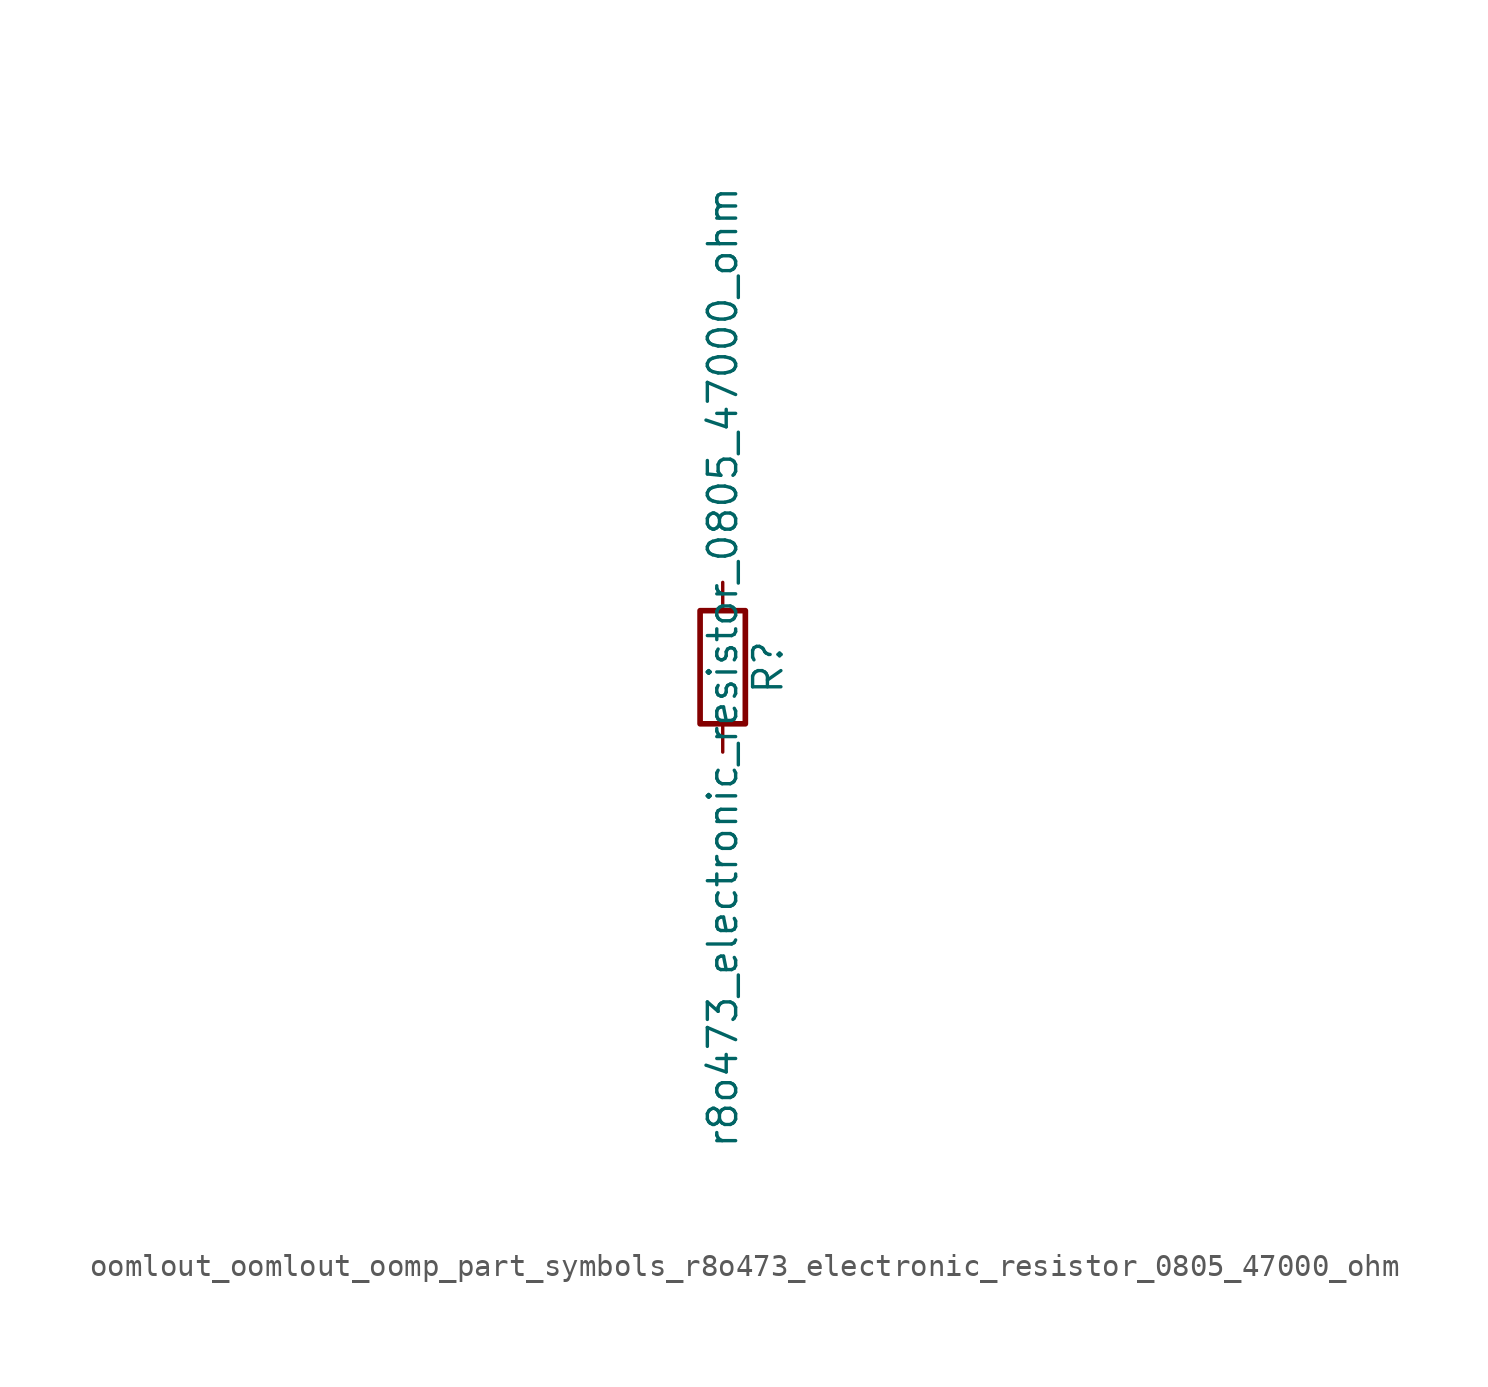
<source format=kicad_sym>
(kicad_symbol_lib
  (version 20220914)
  (generator kicad_symbol_editor)
  (symbol "oomlout_oomlout_oomp_part_symbols_r8o473_electronic_resistor_0805_47000_ohm"
    (pin_numbers hide)
    (pin_names
      (offset 0))
    (property "Reference" "R"
      (at 2.032 0 90)
      (effects (font (size 1.27 1.27))))
    (property "Value" "r8o473_electronic_resistor_0805_47000_ohm"
      (at 0 0 90)
      (effects (font (size 1.27 1.27))))
    (symbol "oomlout_oomlout_oomp_part_symbols_r8o473_electronic_resistor_0805_47000_ohm_0_1"
      (rectangle (start -1.016 -2.54) (end 1.016 2.54) (stroke (width 0.254) (type default)) (fill (type none))))
    (symbol "oomlout_oomlout_oomp_part_symbols_r8o473_electronic_resistor_0805_47000_ohm_1_1"
      (pin passive line (at 0 3.81 270) (length 1.27) (name "~" (effects (font (size 1.27 1.27)))) (number "1" (effects (font (size 1.27 1.27)))))
      (pin passive line (at 0 -3.81 90) (length 1.27) (name "~" (effects (font (size 1.27 1.27)))) (number "2" (effects (font (size 1.27 1.27))))))))
</source>
